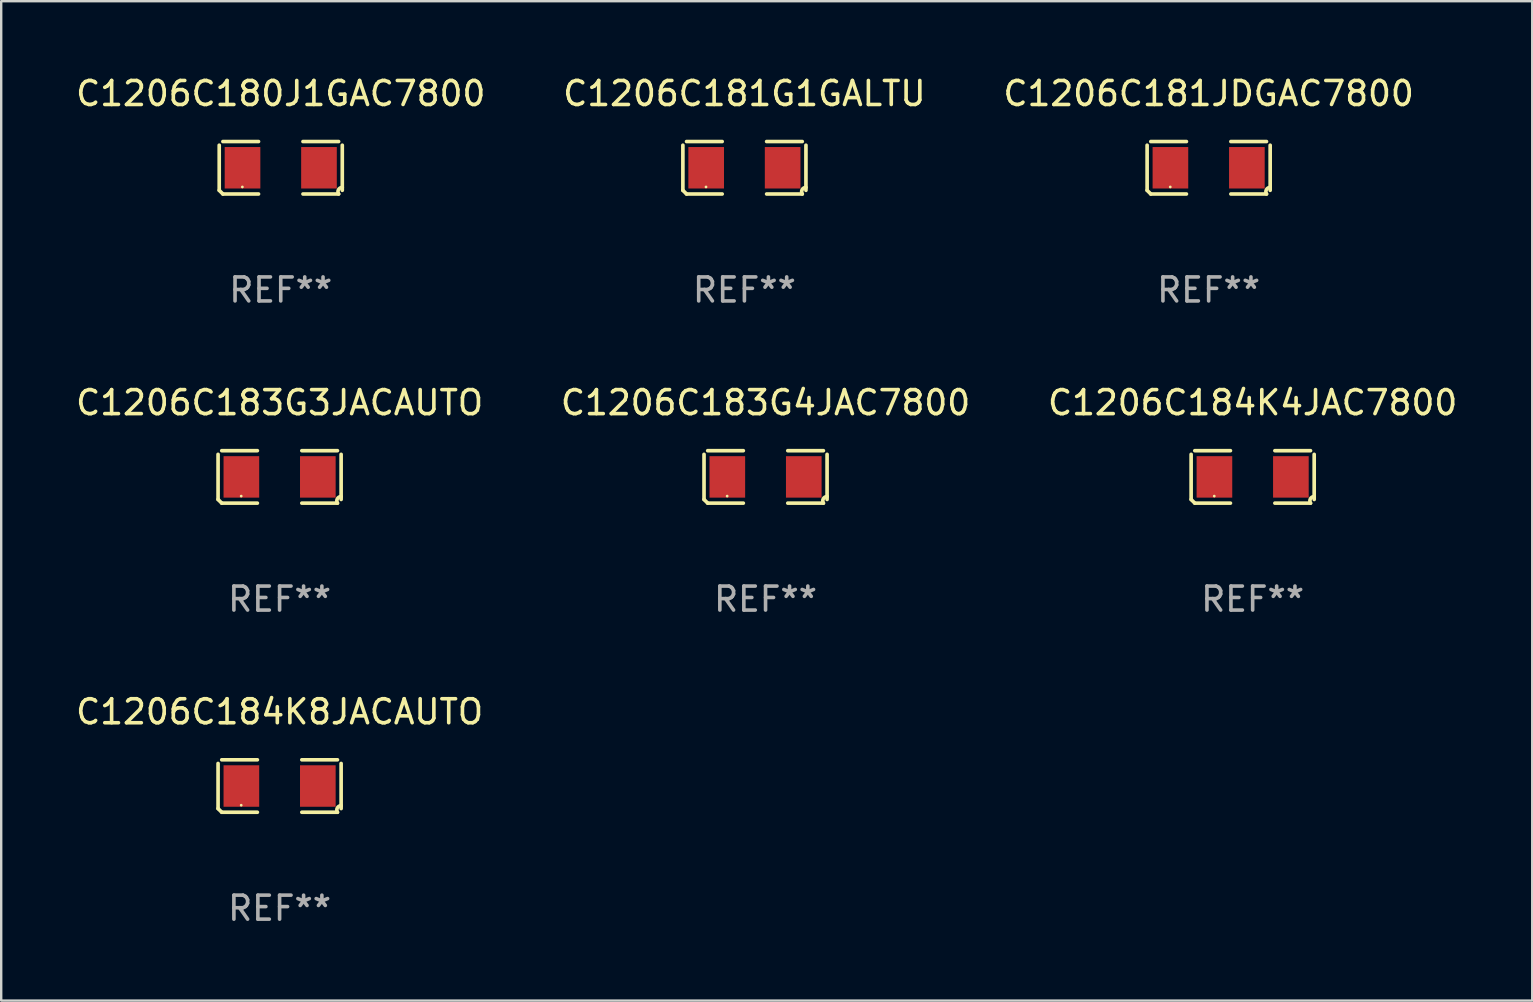
<source format=kicad_pcb>
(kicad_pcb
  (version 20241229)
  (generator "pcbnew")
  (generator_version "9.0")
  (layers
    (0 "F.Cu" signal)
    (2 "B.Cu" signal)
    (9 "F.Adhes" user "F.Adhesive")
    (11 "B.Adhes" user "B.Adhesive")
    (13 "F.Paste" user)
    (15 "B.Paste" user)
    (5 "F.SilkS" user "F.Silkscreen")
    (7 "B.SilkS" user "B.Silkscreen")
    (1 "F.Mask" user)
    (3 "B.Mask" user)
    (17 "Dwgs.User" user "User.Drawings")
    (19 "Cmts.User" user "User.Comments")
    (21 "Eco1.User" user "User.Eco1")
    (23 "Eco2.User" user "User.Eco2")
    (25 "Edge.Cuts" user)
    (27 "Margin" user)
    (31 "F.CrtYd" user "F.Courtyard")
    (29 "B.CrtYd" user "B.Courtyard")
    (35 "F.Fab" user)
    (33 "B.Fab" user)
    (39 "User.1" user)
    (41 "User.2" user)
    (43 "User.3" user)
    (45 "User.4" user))
  (footprint "C1206C183G3JACAUTO"
    (layer "F.Cu")
    (at 8.601 16.823)
    (property "Reference" "C1206C183G3JACAUTO" (at 0 -3.093 0) (layer "F.SilkS") (effects (font (size 1 1) (thickness 0.15))))
    (attr through_hole)
    (fp_line (start -2.564 0.94) (end -2.564 -0.94) (stroke (width 0.152) (type solid)) (layer "F.SilkS"))
    (fp_line (start -2.411 -1.093) (end -0.926 -1.093) (stroke (width 0.152) (type solid)) (layer "F.SilkS"))
    (fp_line (start -0.926 1.093) (end -2.411 1.093) (stroke (width 0.152) (type solid)) (layer "F.SilkS"))
    (fp_line (start 0.926 1.093) (end 2.411 1.093) (stroke (width 0.152) (type solid)) (layer "F.SilkS"))
    (fp_line (start 2.411 -1.093) (end 0.926 -1.093) (stroke (width 0.152) (type solid)) (layer "F.SilkS"))
    (fp_line (start 2.564 0.94) (end 2.564 -0.94) (stroke (width 0.152) (type solid)) (layer "F.SilkS"))
    (fp_arc (start -2.411201 1.092609) (mid -2.487413 1.01642) (end -2.563602 0.940208) (stroke (width 0.1524) (type solid)) (layer "F.SilkS"))
    (fp_arc (start 2.411201 1.092609) (mid 2.407159 0.911226) (end 2.563602 0.819347) (stroke (width 0.1524) (type solid)) (layer "F.SilkS"))
    (fp_circle (center -1.6 0.8) (end -1.57 0.8) (stroke (width 0.06) (type solid)) (fill no) (layer "F.SilkS"))
    (fp_text user "REF**" (at 0 5.093 0) (layer "F.Fab") (effects (font (size 1 1) (thickness 0.15))))
    (pad "1" smd rect (at -1.593 0) (size 1.485 1.728) (layers "F.Cu" "F.Mask" "F.Paste"))
    (pad "2" smd rect (at 1.593 0) (size 1.485 1.728) (layers "F.Cu" "F.Mask" "F.Paste")))
  (footprint "C1206C183G4JAC7800"
    (layer "F.Cu")
    (at 28.851 16.823)
    (property "Reference" "C1206C183G4JAC7800" (at 0 -3.093 0) (layer "F.SilkS") (effects (font (size 1 1) (thickness 0.15))))
    (attr through_hole)
    (fp_line (start -2.564 0.94) (end -2.564 -0.94) (stroke (width 0.152) (type solid)) (layer "F.SilkS"))
    (fp_line (start -2.411 -1.093) (end -0.926 -1.093) (stroke (width 0.152) (type solid)) (layer "F.SilkS"))
    (fp_line (start -0.926 1.093) (end -2.411 1.093) (stroke (width 0.152) (type solid)) (layer "F.SilkS"))
    (fp_line (start 0.926 1.093) (end 2.411 1.093) (stroke (width 0.152) (type solid)) (layer "F.SilkS"))
    (fp_line (start 2.411 -1.093) (end 0.926 -1.093) (stroke (width 0.152) (type solid)) (layer "F.SilkS"))
    (fp_line (start 2.564 0.94) (end 2.564 -0.94) (stroke (width 0.152) (type solid)) (layer "F.SilkS"))
    (fp_arc (start -2.411201 1.092609) (mid -2.487413 1.01642) (end -2.563602 0.940208) (stroke (width 0.1524) (type solid)) (layer "F.SilkS"))
    (fp_arc (start 2.411201 1.092609) (mid 2.407159 0.911226) (end 2.563602 0.819347) (stroke (width 0.1524) (type solid)) (layer "F.SilkS"))
    (fp_circle (center -1.6 0.8) (end -1.57 0.8) (stroke (width 0.06) (type solid)) (fill no) (layer "F.SilkS"))
    (fp_text user "REF**" (at 0 5.093 0) (layer "F.Fab") (effects (font (size 1 1) (thickness 0.15))))
    (pad "1" smd rect (at -1.593 0) (size 1.485 1.728) (layers "F.Cu" "F.Mask" "F.Paste"))
    (pad "2" smd rect (at 1.593 0) (size 1.485 1.728) (layers "F.Cu" "F.Mask" "F.Paste")))
  (footprint "C1206C181G1GALTU"
    (layer "F.Cu")
    (at 27.97 3.941)
    (property "Reference" "C1206C181G1GALTU" (at 0 -3.093 0) (layer "F.SilkS") (effects (font (size 1 1) (thickness 0.15))))
    (attr through_hole)
    (fp_line (start -2.564 0.94) (end -2.564 -0.94) (stroke (width 0.152) (type solid)) (layer "F.SilkS"))
    (fp_line (start -2.411 -1.093) (end -0.926 -1.093) (stroke (width 0.152) (type solid)) (layer "F.SilkS"))
    (fp_line (start -0.926 1.093) (end -2.411 1.093) (stroke (width 0.152) (type solid)) (layer "F.SilkS"))
    (fp_line (start 0.926 1.093) (end 2.411 1.093) (stroke (width 0.152) (type solid)) (layer "F.SilkS"))
    (fp_line (start 2.411 -1.093) (end 0.926 -1.093) (stroke (width 0.152) (type solid)) (layer "F.SilkS"))
    (fp_line (start 2.564 0.94) (end 2.564 -0.94) (stroke (width 0.152) (type solid)) (layer "F.SilkS"))
    (fp_arc (start -2.411201 1.092609) (mid -2.487413 1.01642) (end -2.563602 0.940208) (stroke (width 0.1524) (type solid)) (layer "F.SilkS"))
    (fp_arc (start 2.411201 1.092609) (mid 2.407159 0.911226) (end 2.563602 0.819347) (stroke (width 0.1524) (type solid)) (layer "F.SilkS"))
    (fp_circle (center -1.6 0.8) (end -1.57 0.8) (stroke (width 0.06) (type solid)) (fill no) (layer "F.SilkS"))
    (fp_text user "REF**" (at 0 5.093 0) (layer "F.Fab") (effects (font (size 1 1) (thickness 0.15))))
    (pad "1" smd rect (at -1.593 0) (size 1.485 1.728) (layers "F.Cu" "F.Mask" "F.Paste"))
    (pad "2" smd rect (at 1.593 0) (size 1.485 1.728) (layers "F.Cu" "F.Mask" "F.Paste")))
  (footprint "C1206C184K4JAC7800"
    (layer "F.Cu")
    (at 49.149 16.823)
    (property "Reference" "C1206C184K4JAC7800" (at 0 -3.093 0) (layer "F.SilkS") (effects (font (size 1 1) (thickness 0.15))))
    (attr through_hole)
    (fp_line (start -2.564 0.94) (end -2.564 -0.94) (stroke (width 0.152) (type solid)) (layer "F.SilkS"))
    (fp_line (start -2.411 -1.093) (end -0.926 -1.093) (stroke (width 0.152) (type solid)) (layer "F.SilkS"))
    (fp_line (start -0.926 1.093) (end -2.411 1.093) (stroke (width 0.152) (type solid)) (layer "F.SilkS"))
    (fp_line (start 0.926 1.093) (end 2.411 1.093) (stroke (width 0.152) (type solid)) (layer "F.SilkS"))
    (fp_line (start 2.411 -1.093) (end 0.926 -1.093) (stroke (width 0.152) (type solid)) (layer "F.SilkS"))
    (fp_line (start 2.564 0.94) (end 2.564 -0.94) (stroke (width 0.152) (type solid)) (layer "F.SilkS"))
    (fp_arc (start -2.411201 1.092609) (mid -2.487413 1.01642) (end -2.563602 0.940208) (stroke (width 0.1524) (type solid)) (layer "F.SilkS"))
    (fp_arc (start 2.411201 1.092609) (mid 2.407159 0.911226) (end 2.563602 0.819347) (stroke (width 0.1524) (type solid)) (layer "F.SilkS"))
    (fp_circle (center -1.6 0.8) (end -1.57 0.8) (stroke (width 0.06) (type solid)) (fill no) (layer "F.SilkS"))
    (fp_text user "REF**" (at 0 5.093 0) (layer "F.Fab") (effects (font (size 1 1) (thickness 0.15))))
    (pad "1" smd rect (at -1.593 0) (size 1.485 1.728) (layers "F.Cu" "F.Mask" "F.Paste"))
    (pad "2" smd rect (at 1.593 0) (size 1.485 1.728) (layers "F.Cu" "F.Mask" "F.Paste")))
  (footprint "C1206C184K8JACAUTO"
    (layer "F.Cu")
    (at 8.601 29.704)
    (property "Reference" "C1206C184K8JACAUTO" (at 0 -3.093 0) (layer "F.SilkS") (effects (font (size 1 1) (thickness 0.15))))
    (attr through_hole)
    (fp_line (start -2.564 0.94) (end -2.564 -0.94) (stroke (width 0.152) (type solid)) (layer "F.SilkS"))
    (fp_line (start -2.411 -1.093) (end -0.926 -1.093) (stroke (width 0.152) (type solid)) (layer "F.SilkS"))
    (fp_line (start -0.926 1.093) (end -2.411 1.093) (stroke (width 0.152) (type solid)) (layer "F.SilkS"))
    (fp_line (start 0.926 1.093) (end 2.411 1.093) (stroke (width 0.152) (type solid)) (layer "F.SilkS"))
    (fp_line (start 2.411 -1.093) (end 0.926 -1.093) (stroke (width 0.152) (type solid)) (layer "F.SilkS"))
    (fp_line (start 2.564 0.94) (end 2.564 -0.94) (stroke (width 0.152) (type solid)) (layer "F.SilkS"))
    (fp_arc (start -2.411201 1.092609) (mid -2.487413 1.01642) (end -2.563602 0.940208) (stroke (width 0.1524) (type solid)) (layer "F.SilkS"))
    (fp_arc (start 2.411201 1.092609) (mid 2.407159 0.911226) (end 2.563602 0.819347) (stroke (width 0.1524) (type solid)) (layer "F.SilkS"))
    (fp_circle (center -1.6 0.8) (end -1.57 0.8) (stroke (width 0.06) (type solid)) (fill no) (layer "F.SilkS"))
    (fp_text user "REF**" (at 0 5.093 0) (layer "F.Fab") (effects (font (size 1 1) (thickness 0.15))))
    (pad "1" smd rect (at -1.593 0) (size 1.485 1.728) (layers "F.Cu" "F.Mask" "F.Paste"))
    (pad "2" smd rect (at 1.593 0) (size 1.485 1.728) (layers "F.Cu" "F.Mask" "F.Paste")))
  (footprint "C1206C181JDGAC7800"
    (layer "F.Cu")
    (at 47.315 3.941)
    (property "Reference" "C1206C181JDGAC7800" (at 0 -3.093 0) (layer "F.SilkS") (effects (font (size 1 1) (thickness 0.15))))
    (attr through_hole)
    (fp_line (start -2.564 0.94) (end -2.564 -0.94) (stroke (width 0.152) (type solid)) (layer "F.SilkS"))
    (fp_line (start -2.411 -1.093) (end -0.926 -1.093) (stroke (width 0.152) (type solid)) (layer "F.SilkS"))
    (fp_line (start -0.926 1.093) (end -2.411 1.093) (stroke (width 0.152) (type solid)) (layer "F.SilkS"))
    (fp_line (start 0.926 1.093) (end 2.411 1.093) (stroke (width 0.152) (type solid)) (layer "F.SilkS"))
    (fp_line (start 2.411 -1.093) (end 0.926 -1.093) (stroke (width 0.152) (type solid)) (layer "F.SilkS"))
    (fp_line (start 2.564 0.94) (end 2.564 -0.94) (stroke (width 0.152) (type solid)) (layer "F.SilkS"))
    (fp_arc (start -2.411201 1.092609) (mid -2.487413 1.01642) (end -2.563602 0.940208) (stroke (width 0.1524) (type solid)) (layer "F.SilkS"))
    (fp_arc (start 2.411201 1.092609) (mid 2.407159 0.911226) (end 2.563602 0.819347) (stroke (width 0.1524) (type solid)) (layer "F.SilkS"))
    (fp_circle (center -1.6 0.8) (end -1.57 0.8) (stroke (width 0.06) (type solid)) (fill no) (layer "F.SilkS"))
    (fp_text user "REF**" (at 0 5.093 0) (layer "F.Fab") (effects (font (size 1 1) (thickness 0.15))))
    (pad "1" smd rect (at -1.593 0) (size 1.485 1.728) (layers "F.Cu" "F.Mask" "F.Paste"))
    (pad "2" smd rect (at 1.593 0) (size 1.485 1.728) (layers "F.Cu" "F.Mask" "F.Paste")))
  (footprint "C1206C180J1GAC7800"
    (layer "F.Cu")
    (at 8.649 3.941)
    (property "Reference" "C1206C180J1GAC7800" (at 0 -3.093 0) (layer "F.SilkS") (effects (font (size 1 1) (thickness 0.15))))
    (attr through_hole)
    (fp_line (start -2.564 0.94) (end -2.564 -0.94) (stroke (width 0.152) (type solid)) (layer "F.SilkS"))
    (fp_line (start -2.411 -1.093) (end -0.926 -1.093) (stroke (width 0.152) (type solid)) (layer "F.SilkS"))
    (fp_line (start -0.926 1.093) (end -2.411 1.093) (stroke (width 0.152) (type solid)) (layer "F.SilkS"))
    (fp_line (start 0.926 1.093) (end 2.411 1.093) (stroke (width 0.152) (type solid)) (layer "F.SilkS"))
    (fp_line (start 2.411 -1.093) (end 0.926 -1.093) (stroke (width 0.152) (type solid)) (layer "F.SilkS"))
    (fp_line (start 2.564 0.94) (end 2.564 -0.94) (stroke (width 0.152) (type solid)) (layer "F.SilkS"))
    (fp_arc (start -2.411201 1.092609) (mid -2.487413 1.01642) (end -2.563602 0.940208) (stroke (width 0.1524) (type solid)) (layer "F.SilkS"))
    (fp_arc (start 2.411201 1.092609) (mid 2.407159 0.911226) (end 2.563602 0.819347) (stroke (width 0.1524) (type solid)) (layer "F.SilkS"))
    (fp_circle (center -1.6 0.8) (end -1.57 0.8) (stroke (width 0.06) (type solid)) (fill no) (layer "F.SilkS"))
    (fp_text user "REF**" (at 0 5.093 0) (layer "F.Fab") (effects (font (size 1 1) (thickness 0.15))))
    (pad "1" smd rect (at -1.593 0) (size 1.485 1.728) (layers "F.Cu" "F.Mask" "F.Paste"))
    (pad "2" smd rect (at 1.593 0) (size 1.485 1.728) (layers "F.Cu" "F.Mask" "F.Paste")))
  (gr_rect
    (start -3 -3)
    (end 60.798 38.645)
    (stroke (width 0.1) (type default))
    (fill no)
    (layer "Edge.Cuts")))
</source>
